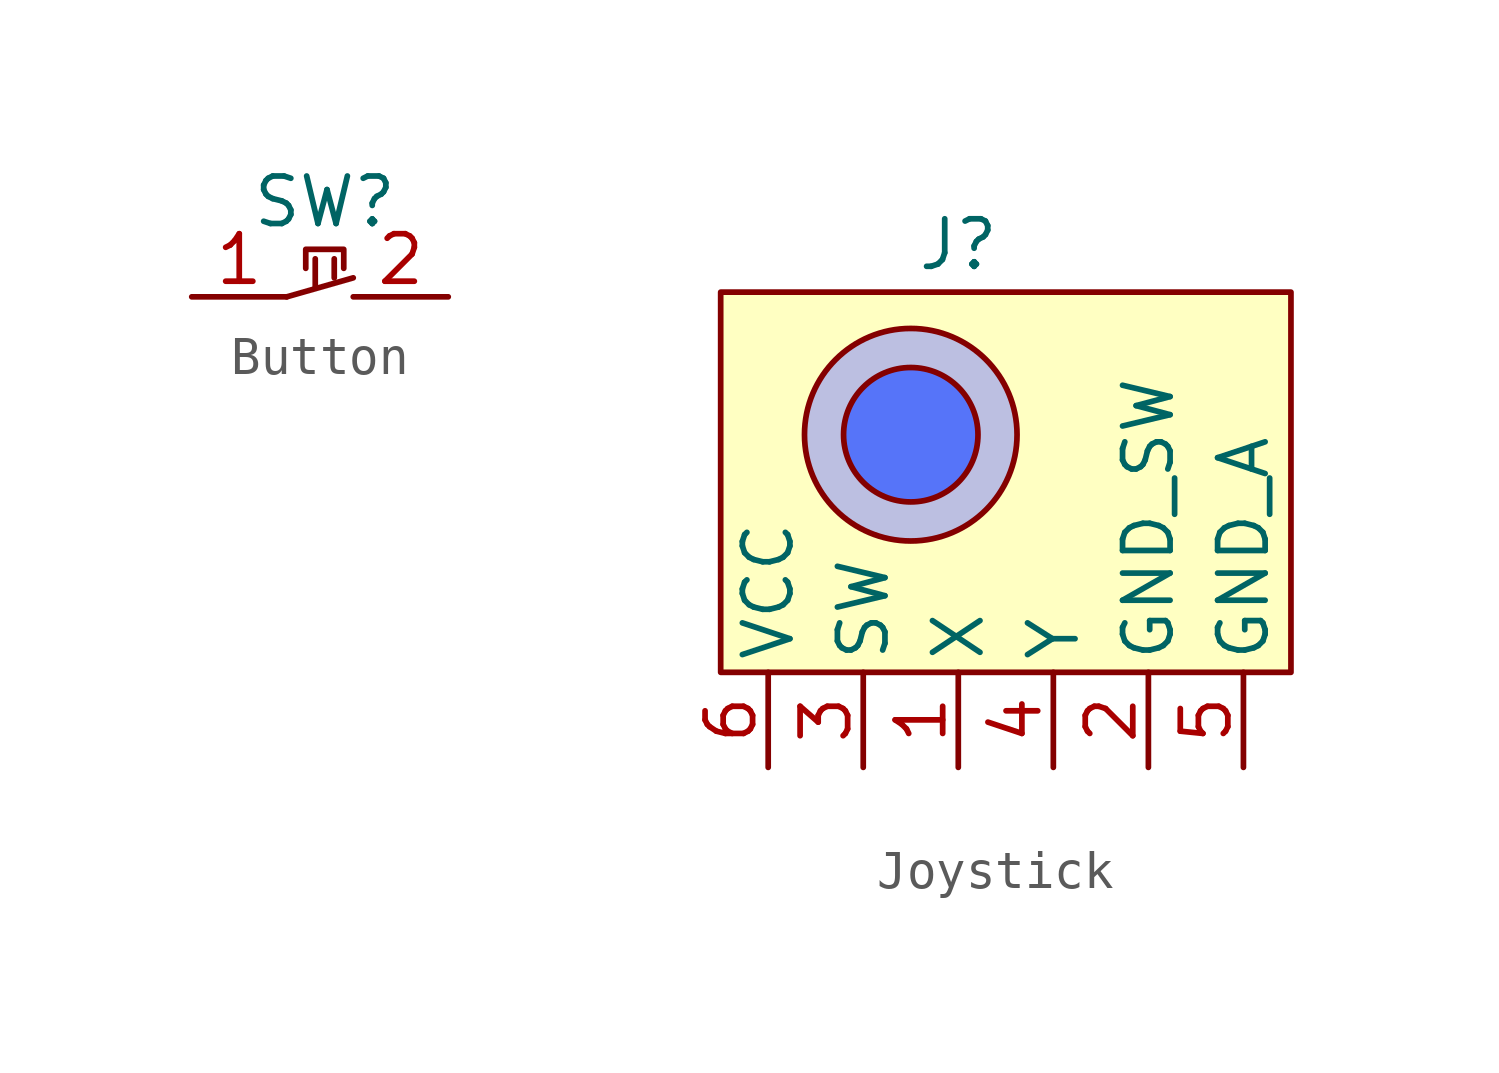
<source format=kicad_sym>
(kicad_symbol_lib
  (version 20220914)
  (generator kicad_symbol_editor)
  (symbol "Button"
    (property "Reference" "SW"
      (at 0 2.54 0)
      (effects (font (size 1.27 1.27))))
    (property "Value" ""
      (at 0 0 0)
      (effects (font (size 1.27 1.27))))
    (symbol "Button_0_1"
      (polyline (pts (xy -1.016 0) (xy 0.762 0.508)) (stroke (width 0) (type default)) (fill (type none)))
      (polyline (pts (xy -0.254 0.254) (xy -0.254 1.016)) (stroke (width 0) (type default)) (fill (type none)))
      (polyline (pts (xy 0.254 0.508) (xy 0.254 1.016)) (stroke (width 0) (type default)) (fill (type none)))
      (polyline (pts (xy -0.508 0.762) (xy -0.508 1.27) (xy 0.508 1.27) (xy 0.508 0.762)) (stroke (width 0) (type default)) (fill (type none))))
    (symbol "Button_1_1"
      (pin bidirectional line (at -3.556 0 0) (length 2.54) (name "" (effects (font (size 1.27 1.27)))) (number "1" (effects (font (size 1.27 1.27)))))
      (pin bidirectional line (at 3.302 0 180) (length 2.54) (name "" (effects (font (size 1.27 1.27)))) (number "2" (effects (font (size 1.27 1.27)))))))
  (symbol "Joystick"
    (pin_names
      (offset 0.254))
    (property "Reference" "J"
      (at 1.27 7.62 0)
      (effects (font (size 1.27 1.27))))
    (property "Value" ""
      (at 0 0 0)
      (effects (font (size 1.27 1.27))))
    (symbol "Joystick_1_1"
      (rectangle (start -5.08 6.35) (end 10.16 -3.81) (stroke (width 0) (type default)) (fill (type background)))
      (circle (center 0 2.54) (radius 1.796) (stroke (width 0) (type default)) (fill (type color) (color 0 68 255 0.8)))
      (circle (center 0 2.54) (radius 2.84) (stroke (width 0) (type default)) (fill (type color) (color 123 128 255 0.5)))
      (pin output line (at 1.27 -6.35 90) (length 2.54) (name "X" (effects (font (size 1.27 1.27)))) (number "1" (effects (font (size 1.27 1.27)))))
      (pin input line (at 6.35 -6.35 90) (length 2.54) (name "GND_SW" (effects (font (size 1.27 1.27)))) (number "2" (effects (font (size 1.27 1.27)))))
      (pin output line (at -1.27 -6.35 90) (length 2.54) (name "SW" (effects (font (size 1.27 1.27)))) (number "3" (effects (font (size 1.27 1.27)))))
      (pin output line (at 3.81 -6.35 90) (length 2.54) (name "Y" (effects (font (size 1.27 1.27)))) (number "4" (effects (font (size 1.27 1.27)))))
      (pin input line (at 8.89 -6.35 90) (length 2.54) (name "GND_A" (effects (font (size 1.27 1.27)))) (number "5" (effects (font (size 1.27 1.27)))))
      (pin input line (at -3.81 -6.35 90) (length 2.54) (name "VCC" (effects (font (size 1.27 1.27)))) (number "6" (effects (font (size 1.27 1.27))))))))
</source>
